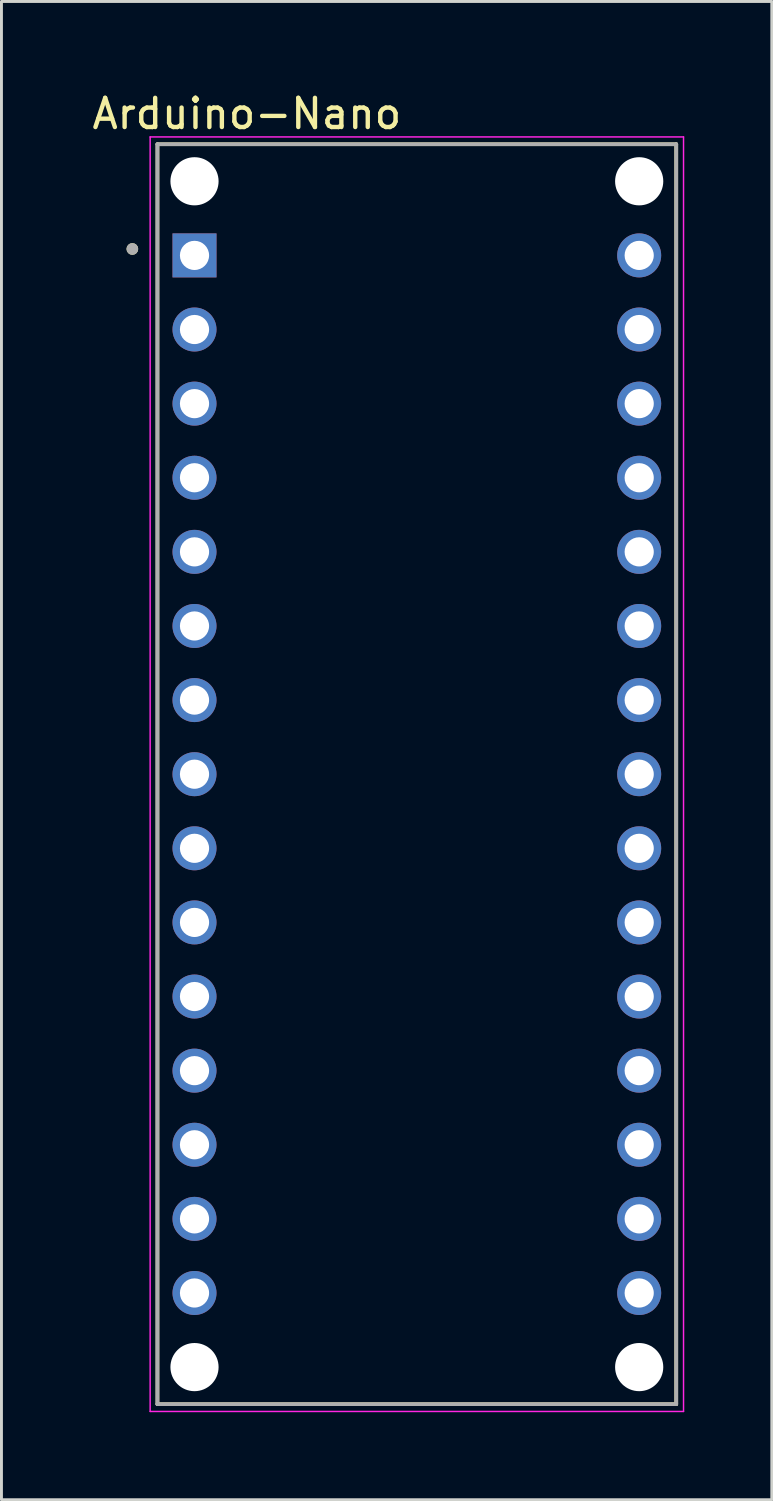
<source format=kicad_pcb>
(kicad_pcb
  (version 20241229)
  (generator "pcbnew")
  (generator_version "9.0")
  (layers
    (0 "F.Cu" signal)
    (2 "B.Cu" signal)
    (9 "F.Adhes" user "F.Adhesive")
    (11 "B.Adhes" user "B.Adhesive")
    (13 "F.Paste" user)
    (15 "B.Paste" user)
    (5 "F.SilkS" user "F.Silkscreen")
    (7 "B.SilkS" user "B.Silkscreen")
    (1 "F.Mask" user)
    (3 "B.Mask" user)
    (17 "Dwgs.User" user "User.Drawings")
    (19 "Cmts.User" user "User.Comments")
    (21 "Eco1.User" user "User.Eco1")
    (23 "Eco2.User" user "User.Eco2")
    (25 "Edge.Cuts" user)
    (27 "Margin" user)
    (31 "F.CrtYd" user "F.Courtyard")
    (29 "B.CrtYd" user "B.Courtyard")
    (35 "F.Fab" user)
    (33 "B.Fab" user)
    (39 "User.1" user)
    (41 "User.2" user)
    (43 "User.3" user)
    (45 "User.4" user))
  (footprint "Arduino-Nano"
    (layer "F.Cu")
    (at 11.236 23.483)
    (property "Reference" "Arduino-Nano" (at -5.825 -22.635 0) (layer "F.SilkS") (effects (font (size 1 1) (thickness 0.15))))
    (attr through_hole)
    (fp_line (start -8.89 -21.59) (end 8.89 -21.59) (stroke (width 0.127) (type solid)) (layer "F.SilkS"))
    (fp_line (start -8.89 21.59) (end -8.89 -21.59) (stroke (width 0.127) (type solid)) (layer "F.SilkS"))
    (fp_line (start 8.89 -21.59) (end 8.89 21.59) (stroke (width 0.127) (type solid)) (layer "F.SilkS"))
    (fp_line (start 8.89 21.59) (end -8.89 21.59) (stroke (width 0.127) (type solid)) (layer "F.SilkS"))
    (fp_circle (center -9.75 -18) (end -9.65 -18) (stroke (width 0.2) (type solid)) (fill no) (layer "F.SilkS"))
    (fp_line (start -9.14 -21.84) (end 9.14 -21.84) (stroke (width 0.05) (type solid)) (layer "F.CrtYd"))
    (fp_line (start -9.14 21.84) (end -9.14 -21.84) (stroke (width 0.05) (type solid)) (layer "F.CrtYd"))
    (fp_line (start 9.14 -21.84) (end 9.14 21.84) (stroke (width 0.05) (type solid)) (layer "F.CrtYd"))
    (fp_line (start 9.14 21.84) (end -9.14 21.84) (stroke (width 0.05) (type solid)) (layer "F.CrtYd"))
    (fp_line (start -8.89 -21.59) (end 8.89 -21.59) (stroke (width 0.127) (type solid)) (layer "F.Fab"))
    (fp_line (start -8.89 21.59) (end -8.89 -21.59) (stroke (width 0.127) (type solid)) (layer "F.Fab"))
    (fp_line (start 8.89 -21.59) (end 8.89 21.59) (stroke (width 0.127) (type solid)) (layer "F.Fab"))
    (fp_line (start 8.89 21.59) (end -8.89 21.59) (stroke (width 0.127) (type solid)) (layer "F.Fab"))
    (fp_circle (center -9.75 -18) (end -9.65 -18) (stroke (width 0.2) (type solid)) (fill no) (layer "F.Fab"))
    (pad "" np_thru_hole circle (at -7.62 -20.32) (size 1.651 1.651) (drill 1.651) (layers "*.Cu" "*.Mask"))
    (pad "" np_thru_hole circle (at -7.62 20.32) (size 1.651 1.651) (drill 1.651) (layers "*.Cu" "*.Mask"))
    (pad "" np_thru_hole circle (at 7.62 -20.32) (size 1.651 1.651) (drill 1.651) (layers "*.Cu" "*.Mask"))
    (pad "" np_thru_hole circle (at 7.62 20.32) (size 1.651 1.651) (drill 1.651) (layers "*.Cu" "*.Mask"))
    (pad "1" thru_hole rect (at -7.62 -17.78) (size 1.508 1.508) (drill 1) (layers "*.Cu" "*.Mask"))
    (pad "2" thru_hole circle (at -7.62 -15.24) (size 1.508 1.508) (drill 1) (layers "*.Cu" "*.Mask"))
    (pad "3" thru_hole circle (at -7.62 -12.7) (size 1.508 1.508) (drill 1) (layers "*.Cu" "*.Mask"))
    (pad "4" thru_hole circle (at -7.62 -10.16) (size 1.508 1.508) (drill 1) (layers "*.Cu" "*.Mask"))
    (pad "5" thru_hole circle (at -7.62 -7.62) (size 1.508 1.508) (drill 1) (layers "*.Cu" "*.Mask"))
    (pad "6" thru_hole circle (at -7.62 -5.08) (size 1.508 1.508) (drill 1) (layers "*.Cu" "*.Mask"))
    (pad "7" thru_hole circle (at -7.62 -2.54) (size 1.508 1.508) (drill 1) (layers "*.Cu" "*.Mask"))
    (pad "8" thru_hole circle (at -7.62 0) (size 1.508 1.508) (drill 1) (layers "*.Cu" "*.Mask"))
    (pad "9" thru_hole circle (at -7.62 2.54) (size 1.508 1.508) (drill 1) (layers "*.Cu" "*.Mask"))
    (pad "10" thru_hole circle (at -7.62 5.08) (size 1.508 1.508) (drill 1) (layers "*.Cu" "*.Mask"))
    (pad "11" thru_hole circle (at -7.62 7.62) (size 1.508 1.508) (drill 1) (layers "*.Cu" "*.Mask"))
    (pad "12" thru_hole circle (at -7.62 10.16) (size 1.508 1.508) (drill 1) (layers "*.Cu" "*.Mask"))
    (pad "13" thru_hole circle (at -7.62 12.7) (size 1.508 1.508) (drill 1) (layers "*.Cu" "*.Mask"))
    (pad "14" thru_hole circle (at -7.62 15.24) (size 1.508 1.508) (drill 1) (layers "*.Cu" "*.Mask"))
    (pad "15" thru_hole circle (at -7.62 17.78) (size 1.508 1.508) (drill 1) (layers "*.Cu" "*.Mask"))
    (pad "16" thru_hole circle (at 7.62 17.78) (size 1.508 1.508) (drill 1) (layers "*.Cu" "*.Mask"))
    (pad "17" thru_hole circle (at 7.62 15.24) (size 1.508 1.508) (drill 1) (layers "*.Cu" "*.Mask"))
    (pad "18" thru_hole circle (at 7.62 12.7) (size 1.508 1.508) (drill 1) (layers "*.Cu" "*.Mask"))
    (pad "19" thru_hole circle (at 7.62 10.16) (size 1.508 1.508) (drill 1) (layers "*.Cu" "*.Mask"))
    (pad "20" thru_hole circle (at 7.62 7.62) (size 1.508 1.508) (drill 1) (layers "*.Cu" "*.Mask"))
    (pad "21" thru_hole circle (at 7.62 5.08) (size 1.508 1.508) (drill 1) (layers "*.Cu" "*.Mask"))
    (pad "22" thru_hole circle (at 7.62 2.54) (size 1.508 1.508) (drill 1) (layers "*.Cu" "*.Mask"))
    (pad "23" thru_hole circle (at 7.62 0) (size 1.508 1.508) (drill 1) (layers "*.Cu" "*.Mask"))
    (pad "24" thru_hole circle (at 7.62 -2.54) (size 1.508 1.508) (drill 1) (layers "*.Cu" "*.Mask"))
    (pad "25" thru_hole circle (at 7.62 -5.08) (size 1.508 1.508) (drill 1) (layers "*.Cu" "*.Mask"))
    (pad "26" thru_hole circle (at 7.62 -7.62) (size 1.508 1.508) (drill 1) (layers "*.Cu" "*.Mask"))
    (pad "27" thru_hole circle (at 7.62 -10.16) (size 1.508 1.508) (drill 1) (layers "*.Cu" "*.Mask"))
    (pad "28" thru_hole circle (at 7.62 -12.7) (size 1.508 1.508) (drill 1) (layers "*.Cu" "*.Mask"))
    (pad "29" thru_hole circle (at 7.62 -15.24) (size 1.508 1.508) (drill 1) (layers "*.Cu" "*.Mask"))
    (pad "30" thru_hole circle (at 7.62 -17.78) (size 1.508 1.508) (drill 1) (layers "*.Cu" "*.Mask")))
  (gr_rect
    (start -3 -3)
    (end 23.401 48.348)
    (stroke (width 0.1) (type default))
    (fill no)
    (layer "Edge.Cuts")))
</source>
